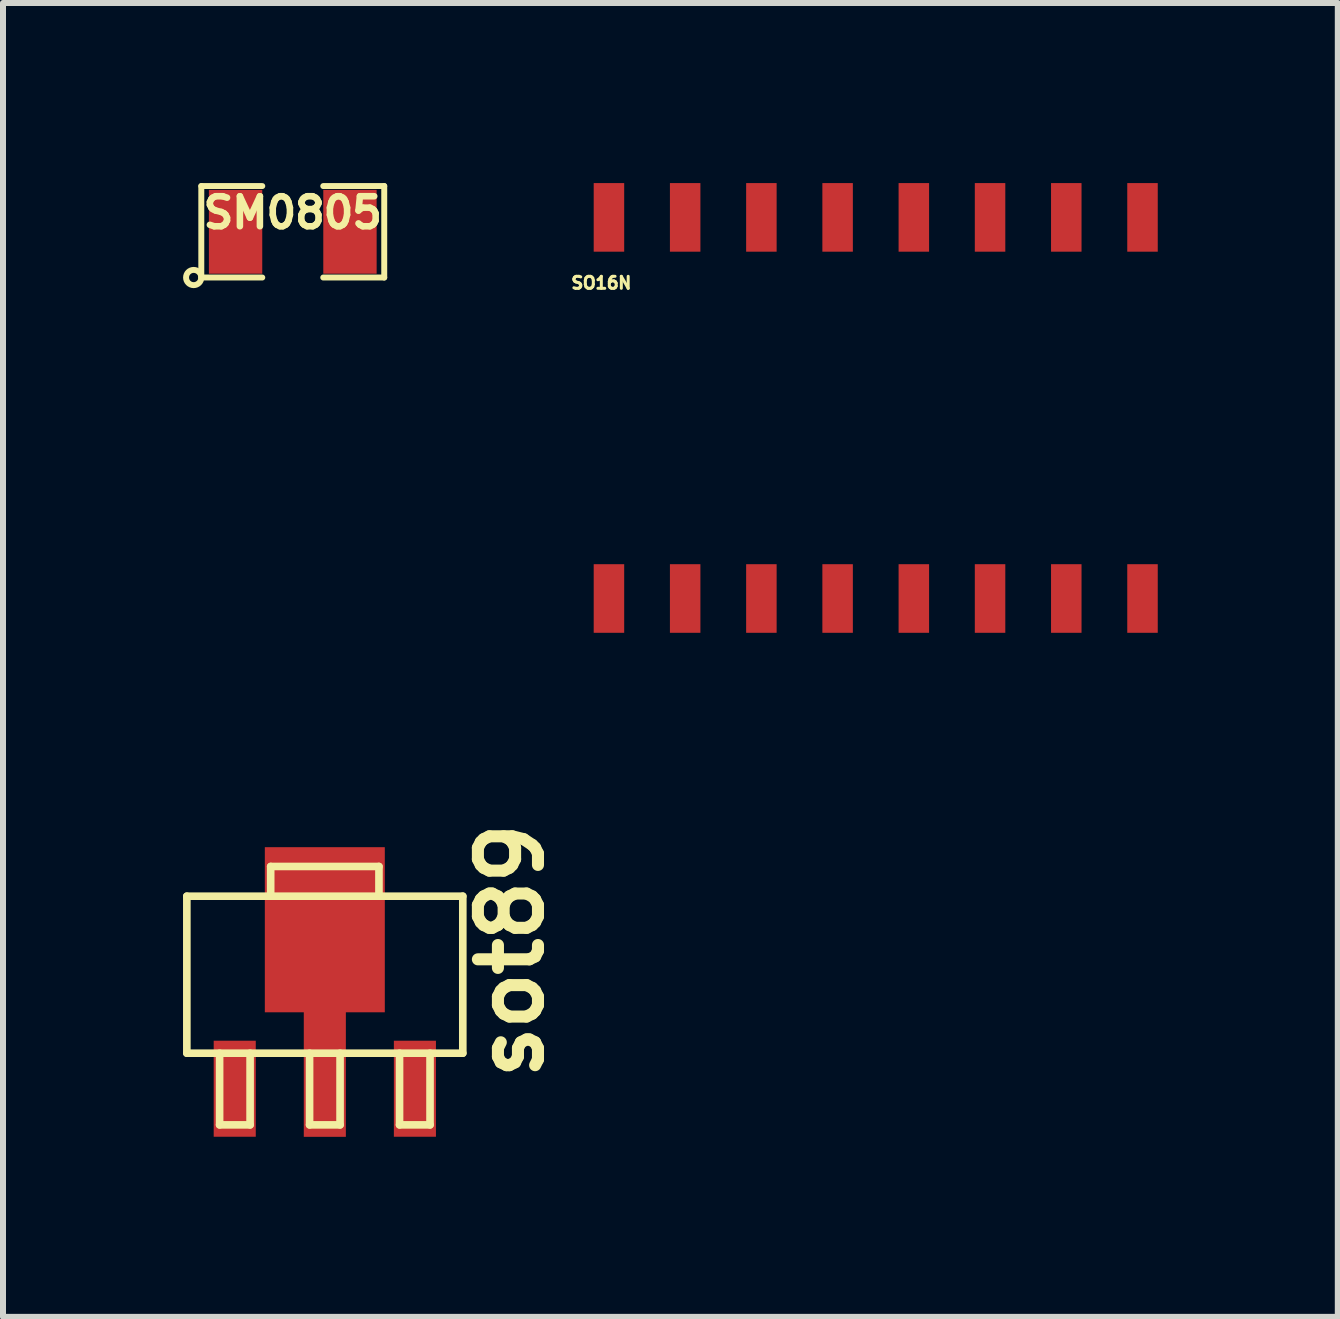
<source format=kicad_pcb>
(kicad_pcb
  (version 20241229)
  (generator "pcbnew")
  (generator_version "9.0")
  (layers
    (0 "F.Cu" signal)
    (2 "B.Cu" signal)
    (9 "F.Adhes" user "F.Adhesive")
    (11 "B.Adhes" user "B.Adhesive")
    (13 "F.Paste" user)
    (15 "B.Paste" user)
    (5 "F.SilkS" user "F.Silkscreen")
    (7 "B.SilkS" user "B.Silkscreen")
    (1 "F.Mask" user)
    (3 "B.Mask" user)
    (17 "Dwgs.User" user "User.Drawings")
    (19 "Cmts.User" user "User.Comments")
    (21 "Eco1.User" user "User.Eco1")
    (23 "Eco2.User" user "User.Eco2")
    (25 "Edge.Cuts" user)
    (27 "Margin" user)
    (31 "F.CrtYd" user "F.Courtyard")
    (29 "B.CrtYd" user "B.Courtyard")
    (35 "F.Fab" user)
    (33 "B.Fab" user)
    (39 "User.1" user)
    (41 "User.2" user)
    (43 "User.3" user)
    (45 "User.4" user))
  (footprint "SM0805"
    (layer "F.Cu")
    (at 1.828 0.812)
    (property "Reference" "SM0805" (at 0 -0.318 0) (layer "F.SilkS") (effects (font (size 0.5 0.5) (thickness 0.109))))
    (attr smd)
    (fp_line (start -1.524 -0.762) (end -0.508 -0.762) (stroke (width 0.099) (type solid)) (layer "F.SilkS"))
    (fp_line (start -1.524 0.762) (end -1.524 -0.762) (stroke (width 0.099) (type solid)) (layer "F.SilkS"))
    (fp_line (start -0.508 0.762) (end -1.524 0.762) (stroke (width 0.099) (type solid)) (layer "F.SilkS"))
    (fp_line (start 0.508 -0.762) (end 1.524 -0.762) (stroke (width 0.099) (type solid)) (layer "F.SilkS"))
    (fp_line (start 1.524 -0.762) (end 1.524 0.762) (stroke (width 0.099) (type solid)) (layer "F.SilkS"))
    (fp_line (start 1.524 0.762) (end 0.508 0.762) (stroke (width 0.099) (type solid)) (layer "F.SilkS"))
    (fp_circle (center -1.651 0.762) (end -1.651 0.635) (stroke (width 0.099) (type solid)) (fill no) (layer "F.SilkS"))
    (pad "1" smd rect (at -0.953 0) (size 0.889 1.397) (layers "F.Cu" "F.Mask" "F.Paste"))
    (pad "2" smd rect (at 0.953 0) (size 0.889 1.397) (layers "F.Cu" "F.Mask" "F.Paste")))
  (footprint "SO16N"
    (layer "F.Cu")
    (at 11.541 3.747)
    (property "Reference" "SO16N" (at -4.572 -2.083 0) (layer "F.SilkS") (effects (font (size 0.2 0.2) (thickness 0.05))))
    (attr smd)
    (pad "1" smd rect (at -4.445 3.175) (size 0.508 1.143) (layers "F.Cu" "F.Mask" "F.Paste"))
    (pad "2" smd rect (at -3.175 3.175) (size 0.508 1.143) (layers "F.Cu" "F.Mask" "F.Paste"))
    (pad "3" smd rect (at -1.905 3.175) (size 0.508 1.143) (layers "F.Cu" "F.Mask" "F.Paste"))
    (pad "4" smd rect (at -0.635 3.175) (size 0.508 1.143) (layers "F.Cu" "F.Mask" "F.Paste"))
    (pad "5" smd rect (at 0.635 3.175) (size 0.508 1.143) (layers "F.Cu" "F.Mask" "F.Paste"))
    (pad "6" smd rect (at 1.905 3.175) (size 0.508 1.143) (layers "F.Cu" "F.Mask" "F.Paste"))
    (pad "7" smd rect (at 3.175 3.175) (size 0.508 1.143) (layers "F.Cu" "F.Mask" "F.Paste"))
    (pad "8" smd rect (at 4.445 3.175) (size 0.508 1.143) (layers "F.Cu" "F.Mask" "F.Paste"))
    (pad "9" smd rect (at 4.445 -3.175) (size 0.508 1.143) (layers "F.Cu" "F.Mask" "F.Paste"))
    (pad "10" smd rect (at 3.175 -3.175) (size 0.508 1.143) (layers "F.Cu" "F.Mask" "F.Paste"))
    (pad "11" smd rect (at 1.905 -3.175) (size 0.508 1.143) (layers "F.Cu" "F.Mask" "F.Paste"))
    (pad "12" smd rect (at 0.635 -3.175) (size 0.508 1.143) (layers "F.Cu" "F.Mask" "F.Paste"))
    (pad "13" smd rect (at -0.635 -3.175) (size 0.508 1.143) (layers "F.Cu" "F.Mask" "F.Paste"))
    (pad "14" smd rect (at -1.905 -3.175) (size 0.508 1.143) (layers "F.Cu" "F.Mask" "F.Paste"))
    (pad "15" smd rect (at -3.175 -3.175) (size 0.508 1.143) (layers "F.Cu" "F.Mask" "F.Paste"))
    (pad "16" smd rect (at -4.445 -3.175) (size 0.508 1.143) (layers "F.Cu" "F.Mask" "F.Paste")))
  (footprint "sot89"
    (layer "F.Cu")
    (at 2.362 13.19)
    (property "Reference" "sot89" (at 3.099 -0.399 90) (layer "F.SilkS") (effects (font (size 1.001 1.001) (thickness 0.201))))
    (attr smd)
    (fp_line (start -2.299 -1.308) (end 2.299 -1.308) (stroke (width 0.127) (type solid)) (layer "F.SilkS"))
    (fp_line (start -2.299 1.308) (end -2.299 -1.308) (stroke (width 0.127) (type solid)) (layer "F.SilkS"))
    (fp_line (start -1.753 2.502) (end -1.753 1.308) (stroke (width 0.127) (type solid)) (layer "F.SilkS"))
    (fp_line (start -1.753 2.502) (end -1.245 2.502) (stroke (width 0.127) (type solid)) (layer "F.SilkS"))
    (fp_line (start -1.245 2.502) (end -1.245 1.308) (stroke (width 0.127) (type solid)) (layer "F.SilkS"))
    (fp_line (start -0.902 -1.803) (end -0.902 -1.308) (stroke (width 0.127) (type solid)) (layer "F.SilkS"))
    (fp_line (start -0.902 -1.803) (end 0.902 -1.803) (stroke (width 0.127) (type solid)) (layer "F.SilkS"))
    (fp_line (start -0.254 2.502) (end -0.254 1.308) (stroke (width 0.127) (type solid)) (layer "F.SilkS"))
    (fp_line (start -0.254 2.502) (end 0.254 2.502) (stroke (width 0.127) (type solid)) (layer "F.SilkS"))
    (fp_line (start 0.254 2.502) (end 0.254 1.308) (stroke (width 0.127) (type solid)) (layer "F.SilkS"))
    (fp_line (start 0.902 -1.803) (end 0.902 -1.308) (stroke (width 0.127) (type solid)) (layer "F.SilkS"))
    (fp_line (start 1.245 2.502) (end 1.245 1.308) (stroke (width 0.127) (type solid)) (layer "F.SilkS"))
    (fp_line (start 1.245 2.502) (end 1.753 2.502) (stroke (width 0.127) (type solid)) (layer "F.SilkS"))
    (fp_line (start 1.753 2.502) (end 1.753 1.308) (stroke (width 0.127) (type solid)) (layer "F.SilkS"))
    (fp_line (start 2.299 -1.308) (end 2.299 1.308) (stroke (width 0.127) (type solid)) (layer "F.SilkS"))
    (fp_line (start 2.299 1.308) (end -2.299 1.308) (stroke (width 0.127) (type solid)) (layer "F.SilkS"))
    (pad "1" smd rect (at -1.501 1.9) (size 0.701 1.6) (layers "F.Cu" "F.Mask" "F.Paste"))
    (pad "2" smd rect (at 0 -0.749) (size 1.999 2.751) (layers "F.Cu" "F.Mask" "F.Paste"))
    (pad "2" smd rect (at 0 1.651) (size 0.701 2.101) (layers "F.Cu" "F.Mask" "F.Paste"))
    (pad "3" smd rect (at 1.501 1.9) (size 0.701 1.6) (layers "F.Cu" "F.Mask" "F.Paste")))
  (gr_rect
    (start -3 -3)
    (end 19.24 18.891)
    (stroke (width 0.1) (type default))
    (fill no)
    (layer "Edge.Cuts")))
</source>
